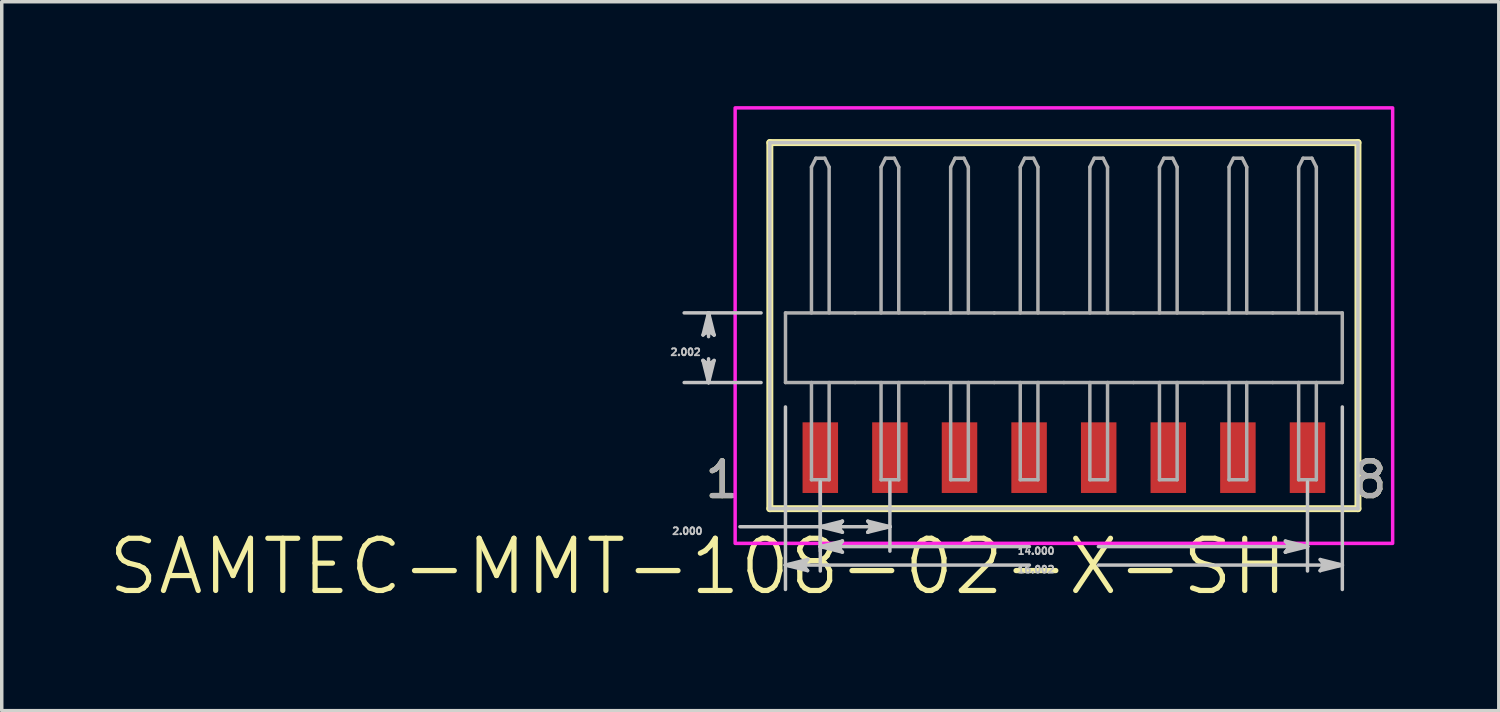
<source format=kicad_pcb>
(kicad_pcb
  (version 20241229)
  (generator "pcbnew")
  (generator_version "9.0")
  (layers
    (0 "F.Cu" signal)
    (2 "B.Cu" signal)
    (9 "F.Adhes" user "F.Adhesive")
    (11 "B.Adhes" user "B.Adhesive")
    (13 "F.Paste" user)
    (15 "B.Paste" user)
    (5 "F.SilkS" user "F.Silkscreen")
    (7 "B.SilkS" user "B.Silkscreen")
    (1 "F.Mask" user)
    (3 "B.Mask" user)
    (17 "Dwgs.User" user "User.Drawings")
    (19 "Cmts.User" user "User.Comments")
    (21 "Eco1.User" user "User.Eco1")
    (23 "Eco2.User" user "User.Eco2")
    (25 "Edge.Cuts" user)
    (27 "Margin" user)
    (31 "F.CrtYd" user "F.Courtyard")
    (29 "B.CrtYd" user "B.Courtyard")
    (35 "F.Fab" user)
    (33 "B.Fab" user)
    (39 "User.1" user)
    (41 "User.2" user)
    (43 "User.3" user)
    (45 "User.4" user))
  (footprint "SAMTEC-MMT-108-02-X-SH"
    (layer "F.Cu")
    (at 27.522 6.942)
    (property "Reference" "SAMTEC-MMT-108-02-X-SH" (at -10.518 6.289 0) (layer "F.SilkS") (effects (font (size 1.5 1.5) (thickness 0.15))))
    (attr smd)
    (fp_poly (pts (xy -7.561 2.093) (xy -6.439 2.093) (xy -6.439 4.225) (xy -7.561 4.225)) (stroke (width 0.01) (type solid)) (fill yes) (layer "F.Mask"))
    (fp_poly (pts (xy -5.561 2.093) (xy -4.439 2.093) (xy -4.439 4.225) (xy -5.561 4.225)) (stroke (width 0.01) (type solid)) (fill yes) (layer "F.Mask"))
    (fp_poly (pts (xy -3.561 2.093) (xy -2.439 2.093) (xy -2.439 4.225) (xy -3.561 4.225)) (stroke (width 0.01) (type solid)) (fill yes) (layer "F.Mask"))
    (fp_poly (pts (xy -1.561 2.093) (xy -0.439 2.093) (xy -0.439 4.225) (xy -1.561 4.225)) (stroke (width 0.01) (type solid)) (fill yes) (layer "F.Mask"))
    (fp_poly (pts (xy 0.439 2.093) (xy 1.561 2.093) (xy 1.561 4.225) (xy 0.439 4.225)) (stroke (width 0.01) (type solid)) (fill yes) (layer "F.Mask"))
    (fp_poly (pts (xy 2.439 2.093) (xy 3.561 2.093) (xy 3.561 4.225) (xy 2.439 4.225)) (stroke (width 0.01) (type solid)) (fill yes) (layer "F.Mask"))
    (fp_poly (pts (xy 4.439 2.093) (xy 5.561 2.093) (xy 5.561 4.225) (xy 4.439 4.225)) (stroke (width 0.01) (type solid)) (fill yes) (layer "F.Mask"))
    (fp_poly (pts (xy 6.439 2.093) (xy 7.561 2.093) (xy 7.561 4.225) (xy 6.439 4.225)) (stroke (width 0.01) (type solid)) (fill yes) (layer "F.Mask"))
    (fp_line (start -8.45 -5.895) (end -8.45 4.625) (stroke (width 0.2) (type solid)) (layer "F.SilkS"))
    (fp_line (start -8.45 4.625) (end 8.45 4.625) (stroke (width 0.2) (type solid)) (layer "F.SilkS"))
    (fp_line (start 8.45 -5.895) (end -8.45 -5.895) (stroke (width 0.2) (type solid)) (layer "F.SilkS"))
    (fp_line (start 8.45 4.625) (end 8.45 -5.895) (stroke (width 0.2) (type solid)) (layer "F.SilkS"))
    (fp_poly (pts (xy -7.51 2.144) (xy -6.49 2.144) (xy -6.49 4.174) (xy -7.51 4.174)) (stroke (width 0.01) (type solid)) (fill yes) (layer "F.Paste"))
    (fp_poly (pts (xy -5.51 2.144) (xy -4.49 2.144) (xy -4.49 4.174) (xy -5.51 4.174)) (stroke (width 0.01) (type solid)) (fill yes) (layer "F.Paste"))
    (fp_poly (pts (xy -3.51 2.144) (xy -2.49 2.144) (xy -2.49 4.174) (xy -3.51 4.174)) (stroke (width 0.01) (type solid)) (fill yes) (layer "F.Paste"))
    (fp_poly (pts (xy -1.51 2.144) (xy -0.49 2.144) (xy -0.49 4.174) (xy -1.51 4.174)) (stroke (width 0.01) (type solid)) (fill yes) (layer "F.Paste"))
    (fp_poly (pts (xy 0.49 2.144) (xy 1.51 2.144) (xy 1.51 4.174) (xy 0.49 4.174)) (stroke (width 0.01) (type solid)) (fill yes) (layer "F.Paste"))
    (fp_poly (pts (xy 2.49 2.144) (xy 3.51 2.144) (xy 3.51 4.174) (xy 2.49 4.174)) (stroke (width 0.01) (type solid)) (fill yes) (layer "F.Paste"))
    (fp_poly (pts (xy 4.49 2.144) (xy 5.51 2.144) (xy 5.51 4.174) (xy 4.49 4.174)) (stroke (width 0.01) (type solid)) (fill yes) (layer "F.Paste"))
    (fp_poly (pts (xy 6.49 2.144) (xy 7.51 2.144) (xy 7.51 4.174) (xy 6.49 4.174)) (stroke (width 0.01) (type solid)) (fill yes) (layer "F.Paste"))
    (fp_line (start -10.37 -0.366) (end -10.211 -0.493) (stroke (width 0.1) (type solid)) (layer "Dwgs.User"))
    (fp_line (start -10.37 0.366) (end -10.211 1.001) (stroke (width 0.1) (type solid)) (layer "Dwgs.User"))
    (fp_line (start -10.29 -0.429) (end -10.211 -0.493) (stroke (width 0.1) (type solid)) (layer "Dwgs.User"))
    (fp_line (start -10.29 0.429) (end -10.37 0.366) (stroke (width 0.1) (type solid)) (layer "Dwgs.User"))
    (fp_line (start -10.211 -1.001) (end -10.37 -0.366) (stroke (width 0.1) (type solid)) (layer "Dwgs.User"))
    (fp_line (start -10.211 -1.001) (end -10.29 -0.429) (stroke (width 0.1) (type solid)) (layer "Dwgs.User"))
    (fp_line (start -10.211 -1.001) (end -10.131 -0.429) (stroke (width 0.1) (type solid)) (layer "Dwgs.User"))
    (fp_line (start -10.211 -0.493) (end -10.211 -1.001) (stroke (width 0.1) (type solid)) (layer "Dwgs.User"))
    (fp_line (start -10.211 -0.493) (end -10.052 -0.366) (stroke (width 0.1) (type solid)) (layer "Dwgs.User"))
    (fp_line (start -10.211 -0.318) (end -10.211 -1.001) (stroke (width 0.1) (type solid)) (layer "Dwgs.User"))
    (fp_line (start -10.211 0.318) (end -10.211 1.001) (stroke (width 0.1) (type solid)) (layer "Dwgs.User"))
    (fp_line (start -10.211 0.493) (end -10.37 0.366) (stroke (width 0.1) (type solid)) (layer "Dwgs.User"))
    (fp_line (start -10.211 0.493) (end -10.211 1.001) (stroke (width 0.1) (type solid)) (layer "Dwgs.User"))
    (fp_line (start -10.211 1.001) (end -10.29 0.429) (stroke (width 0.1) (type solid)) (layer "Dwgs.User"))
    (fp_line (start -10.211 1.001) (end -10.131 0.429) (stroke (width 0.1) (type solid)) (layer "Dwgs.User"))
    (fp_line (start -10.211 1.001) (end -10.052 0.366) (stroke (width 0.1) (type solid)) (layer "Dwgs.User"))
    (fp_line (start -10.131 -0.429) (end -10.052 -0.366) (stroke (width 0.1) (type solid)) (layer "Dwgs.User"))
    (fp_line (start -10.131 0.429) (end -10.211 0.493) (stroke (width 0.1) (type solid)) (layer "Dwgs.User"))
    (fp_line (start -10.052 -0.366) (end -10.211 -1.001) (stroke (width 0.1) (type solid)) (layer "Dwgs.User"))
    (fp_line (start -10.052 0.366) (end -10.211 0.493) (stroke (width 0.1) (type solid)) (layer "Dwgs.User"))
    (fp_line (start -9.309 5.144) (end -7 5.144) (stroke (width 0.1) (type solid)) (layer "Dwgs.User"))
    (fp_line (start -8.702 -1.001) (end -10.912 -1.001) (stroke (width 0.1) (type solid)) (layer "Dwgs.User"))
    (fp_line (start -8.702 1.001) (end -10.912 1.001) (stroke (width 0.1) (type solid)) (layer "Dwgs.User"))
    (fp_line (start -8.45 -5.895) (end -8.45 4.625) (stroke (width 0.1) (type solid)) (layer "Dwgs.User"))
    (fp_line (start -8.45 4.625) (end 8.45 4.625) (stroke (width 0.1) (type solid)) (layer "Dwgs.User"))
    (fp_line (start -8.001 1.702) (end -8.001 6.947) (stroke (width 0.1) (type solid)) (layer "Dwgs.User"))
    (fp_line (start -8.001 6.246) (end -7.43 6.166) (stroke (width 0.1) (type solid)) (layer "Dwgs.User"))
    (fp_line (start -8.001 6.246) (end -7.43 6.325) (stroke (width 0.1) (type solid)) (layer "Dwgs.User"))
    (fp_line (start -8.001 6.246) (end -7.366 6.405) (stroke (width 0.1) (type solid)) (layer "Dwgs.User"))
    (fp_line (start -7.493 6.246) (end -8.001 6.246) (stroke (width 0.1) (type solid)) (layer "Dwgs.User"))
    (fp_line (start -7.493 6.246) (end -7.366 6.087) (stroke (width 0.1) (type solid)) (layer "Dwgs.User"))
    (fp_line (start -7.43 6.166) (end -7.366 6.087) (stroke (width 0.1) (type solid)) (layer "Dwgs.User"))
    (fp_line (start -7.43 6.325) (end -7.493 6.246) (stroke (width 0.1) (type solid)) (layer "Dwgs.User"))
    (fp_line (start -7.366 6.087) (end -8.001 6.246) (stroke (width 0.1) (type solid)) (layer "Dwgs.User"))
    (fp_line (start -7.366 6.405) (end -7.493 6.246) (stroke (width 0.1) (type solid)) (layer "Dwgs.User"))
    (fp_line (start -7 3.86) (end -7 5.845) (stroke (width 0.1) (type solid)) (layer "Dwgs.User"))
    (fp_line (start -7 3.86) (end -7 6.416) (stroke (width 0.1) (type solid)) (layer "Dwgs.User"))
    (fp_line (start -7 5.144) (end -6.428 5.064) (stroke (width 0.1) (type solid)) (layer "Dwgs.User"))
    (fp_line (start -7 5.144) (end -6.428 5.223) (stroke (width 0.1) (type solid)) (layer "Dwgs.User"))
    (fp_line (start -7 5.144) (end -6.365 5.302) (stroke (width 0.1) (type solid)) (layer "Dwgs.User"))
    (fp_line (start -7 5.144) (end -5 5.144) (stroke (width 0.1) (type solid)) (layer "Dwgs.User"))
    (fp_line (start -7 5.715) (end -6.428 5.636) (stroke (width 0.1) (type solid)) (layer "Dwgs.User"))
    (fp_line (start -7 5.715) (end -6.428 5.794) (stroke (width 0.1) (type solid)) (layer "Dwgs.User"))
    (fp_line (start -7 5.715) (end -6.365 5.874) (stroke (width 0.1) (type solid)) (layer "Dwgs.User"))
    (fp_line (start -6.492 5.144) (end -7 5.144) (stroke (width 0.1) (type solid)) (layer "Dwgs.User"))
    (fp_line (start -6.492 5.144) (end -6.365 4.985) (stroke (width 0.1) (type solid)) (layer "Dwgs.User"))
    (fp_line (start -6.492 5.715) (end -7 5.715) (stroke (width 0.1) (type solid)) (layer "Dwgs.User"))
    (fp_line (start -6.492 5.715) (end -6.365 5.556) (stroke (width 0.1) (type solid)) (layer "Dwgs.User"))
    (fp_line (start -6.428 5.064) (end -6.365 4.985) (stroke (width 0.1) (type solid)) (layer "Dwgs.User"))
    (fp_line (start -6.428 5.223) (end -6.492 5.144) (stroke (width 0.1) (type solid)) (layer "Dwgs.User"))
    (fp_line (start -6.428 5.636) (end -6.365 5.556) (stroke (width 0.1) (type solid)) (layer "Dwgs.User"))
    (fp_line (start -6.428 5.794) (end -6.492 5.715) (stroke (width 0.1) (type solid)) (layer "Dwgs.User"))
    (fp_line (start -6.365 4.985) (end -7 5.144) (stroke (width 0.1) (type solid)) (layer "Dwgs.User"))
    (fp_line (start -6.365 5.302) (end -6.492 5.144) (stroke (width 0.1) (type solid)) (layer "Dwgs.User"))
    (fp_line (start -6.365 5.556) (end -7 5.715) (stroke (width 0.1) (type solid)) (layer "Dwgs.User"))
    (fp_line (start -6.365 5.874) (end -6.492 5.715) (stroke (width 0.1) (type solid)) (layer "Dwgs.User"))
    (fp_line (start -5.635 4.985) (end -5.508 5.144) (stroke (width 0.1) (type solid)) (layer "Dwgs.User"))
    (fp_line (start -5.635 5.302) (end -5 5.144) (stroke (width 0.1) (type solid)) (layer "Dwgs.User"))
    (fp_line (start -5.571 5.064) (end -5.508 5.144) (stroke (width 0.1) (type solid)) (layer "Dwgs.User"))
    (fp_line (start -5.571 5.223) (end -5.635 5.302) (stroke (width 0.1) (type solid)) (layer "Dwgs.User"))
    (fp_line (start -5.508 5.144) (end -5.635 5.302) (stroke (width 0.1) (type solid)) (layer "Dwgs.User"))
    (fp_line (start -5.508 5.144) (end -5 5.144) (stroke (width 0.1) (type solid)) (layer "Dwgs.User"))
    (fp_line (start -5 3.86) (end -5 5.845) (stroke (width 0.1) (type solid)) (layer "Dwgs.User"))
    (fp_line (start -5 5.144) (end -5.635 4.985) (stroke (width 0.1) (type solid)) (layer "Dwgs.User"))
    (fp_line (start -5 5.144) (end -5.571 5.064) (stroke (width 0.1) (type solid)) (layer "Dwgs.User"))
    (fp_line (start -5 5.144) (end -5.571 5.223) (stroke (width 0.1) (type solid)) (layer "Dwgs.User"))
    (fp_line (start -0.991 5.715) (end -7 5.715) (stroke (width 0.1) (type solid)) (layer "Dwgs.User"))
    (fp_line (start -0.991 6.246) (end -8.001 6.246) (stroke (width 0.1) (type solid)) (layer "Dwgs.User"))
    (fp_line (start 0.991 5.715) (end 7 5.715) (stroke (width 0.1) (type solid)) (layer "Dwgs.User"))
    (fp_line (start 0.991 6.246) (end 8.001 6.246) (stroke (width 0.1) (type solid)) (layer "Dwgs.User"))
    (fp_line (start 6.365 5.556) (end 6.492 5.715) (stroke (width 0.1) (type solid)) (layer "Dwgs.User"))
    (fp_line (start 6.365 5.874) (end 7 5.715) (stroke (width 0.1) (type solid)) (layer "Dwgs.User"))
    (fp_line (start 6.428 5.636) (end 6.492 5.715) (stroke (width 0.1) (type solid)) (layer "Dwgs.User"))
    (fp_line (start 6.428 5.794) (end 6.365 5.874) (stroke (width 0.1) (type solid)) (layer "Dwgs.User"))
    (fp_line (start 6.492 5.715) (end 6.365 5.874) (stroke (width 0.1) (type solid)) (layer "Dwgs.User"))
    (fp_line (start 6.492 5.715) (end 7 5.715) (stroke (width 0.1) (type solid)) (layer "Dwgs.User"))
    (fp_line (start 7 3.86) (end 7 6.416) (stroke (width 0.1) (type solid)) (layer "Dwgs.User"))
    (fp_line (start 7 5.715) (end 6.365 5.556) (stroke (width 0.1) (type solid)) (layer "Dwgs.User"))
    (fp_line (start 7 5.715) (end 6.428 5.636) (stroke (width 0.1) (type solid)) (layer "Dwgs.User"))
    (fp_line (start 7 5.715) (end 6.428 5.794) (stroke (width 0.1) (type solid)) (layer "Dwgs.User"))
    (fp_line (start 7.366 6.087) (end 7.493 6.246) (stroke (width 0.1) (type solid)) (layer "Dwgs.User"))
    (fp_line (start 7.366 6.405) (end 8.001 6.246) (stroke (width 0.1) (type solid)) (layer "Dwgs.User"))
    (fp_line (start 7.43 6.166) (end 7.493 6.246) (stroke (width 0.1) (type solid)) (layer "Dwgs.User"))
    (fp_line (start 7.43 6.325) (end 7.366 6.405) (stroke (width 0.1) (type solid)) (layer "Dwgs.User"))
    (fp_line (start 7.493 6.246) (end 7.366 6.405) (stroke (width 0.1) (type solid)) (layer "Dwgs.User"))
    (fp_line (start 7.493 6.246) (end 8.001 6.246) (stroke (width 0.1) (type solid)) (layer "Dwgs.User"))
    (fp_line (start 8.001 1.702) (end 8.001 6.947) (stroke (width 0.1) (type solid)) (layer "Dwgs.User"))
    (fp_line (start 8.001 6.246) (end 7.366 6.087) (stroke (width 0.1) (type solid)) (layer "Dwgs.User"))
    (fp_line (start 8.001 6.246) (end 7.43 6.166) (stroke (width 0.1) (type solid)) (layer "Dwgs.User"))
    (fp_line (start 8.001 6.246) (end 7.43 6.325) (stroke (width 0.1) (type solid)) (layer "Dwgs.User"))
    (fp_line (start 8.45 -5.895) (end -8.45 -5.895) (stroke (width 0.1) (type solid)) (layer "Dwgs.User"))
    (fp_line (start 8.45 4.625) (end 8.45 -5.895) (stroke (width 0.1) (type solid)) (layer "Dwgs.User"))
    (fp_poly (pts (xy 9.447 -6.892) (xy -9.447 -6.892) (xy -9.447 5.622) (xy 9.447 5.622) (xy 9.447 -6.892)) (stroke (width 0.1) (type solid)) (fill no) (layer "F.CrtYd"))
    (fp_line (start -8 1) (end -8 -1) (stroke (width 0.1) (type solid)) (layer "F.Fab"))
    (fp_line (start -7.254 -5.191) (end -7.254 -1) (stroke (width 0.1) (type solid)) (layer "F.Fab"))
    (fp_line (start -7.254 -5.191) (end -7.127 -5.445) (stroke (width 0.1) (type solid)) (layer "F.Fab"))
    (fp_line (start -7.254 3.794) (end -7.254 1) (stroke (width 0.1) (type solid)) (layer "F.Fab"))
    (fp_line (start -7.127 -5.445) (end -6.873 -5.445) (stroke (width 0.1) (type solid)) (layer "F.Fab"))
    (fp_line (start -6.873 -5.445) (end -6.746 -5.191) (stroke (width 0.1) (type solid)) (layer "F.Fab"))
    (fp_line (start -6.746 -5.191) (end -6.746 -1) (stroke (width 0.1) (type solid)) (layer "F.Fab"))
    (fp_line (start -6.746 3.794) (end -7.254 3.794) (stroke (width 0.1) (type solid)) (layer "F.Fab"))
    (fp_line (start -6.746 3.794) (end -6.746 1) (stroke (width 0.1) (type solid)) (layer "F.Fab"))
    (fp_line (start -6 -1) (end -8 -1) (stroke (width 0.1) (type solid)) (layer "F.Fab"))
    (fp_line (start -6 1) (end -8 1) (stroke (width 0.1) (type solid)) (layer "F.Fab"))
    (fp_line (start -5.254 -5.191) (end -5.127 -5.445) (stroke (width 0.1) (type solid)) (layer "F.Fab"))
    (fp_line (start -5.254 -1) (end -5.254 -5.191) (stroke (width 0.1) (type solid)) (layer "F.Fab"))
    (fp_line (start -5.254 3.794) (end -5.254 1) (stroke (width 0.1) (type solid)) (layer "F.Fab"))
    (fp_line (start -5.127 -5.445) (end -4.873 -5.445) (stroke (width 0.1) (type solid)) (layer "F.Fab"))
    (fp_line (start -4.873 -5.445) (end -4.746 -5.191) (stroke (width 0.1) (type solid)) (layer "F.Fab"))
    (fp_line (start -4.746 -5.191) (end -4.746 -1) (stroke (width 0.1) (type solid)) (layer "F.Fab"))
    (fp_line (start -4.746 3.794) (end -5.254 3.794) (stroke (width 0.1) (type solid)) (layer "F.Fab"))
    (fp_line (start -4.746 3.794) (end -4.746 1) (stroke (width 0.1) (type solid)) (layer "F.Fab"))
    (fp_line (start -4 -1) (end -6 -1) (stroke (width 0.1) (type solid)) (layer "F.Fab"))
    (fp_line (start -4 1) (end -6 1) (stroke (width 0.1) (type solid)) (layer "F.Fab"))
    (fp_line (start -3.254 -5.191) (end -3.127 -5.445) (stroke (width 0.1) (type solid)) (layer "F.Fab"))
    (fp_line (start -3.254 -1) (end -3.254 -5.191) (stroke (width 0.1) (type solid)) (layer "F.Fab"))
    (fp_line (start -3.254 3.794) (end -3.254 1) (stroke (width 0.1) (type solid)) (layer "F.Fab"))
    (fp_line (start -3.127 -5.445) (end -2.873 -5.445) (stroke (width 0.1) (type solid)) (layer "F.Fab"))
    (fp_line (start -2.873 -5.445) (end -2.746 -5.191) (stroke (width 0.1) (type solid)) (layer "F.Fab"))
    (fp_line (start -2.746 -5.191) (end -2.746 -1) (stroke (width 0.1) (type solid)) (layer "F.Fab"))
    (fp_line (start -2.746 3.794) (end -3.254 3.794) (stroke (width 0.1) (type solid)) (layer "F.Fab"))
    (fp_line (start -2.746 3.794) (end -2.746 1) (stroke (width 0.1) (type solid)) (layer "F.Fab"))
    (fp_line (start -2 -1) (end -4 -1) (stroke (width 0.1) (type solid)) (layer "F.Fab"))
    (fp_line (start -2 1) (end -4 1) (stroke (width 0.1) (type solid)) (layer "F.Fab"))
    (fp_line (start -1.254 -5.191) (end -1.127 -5.445) (stroke (width 0.1) (type solid)) (layer "F.Fab"))
    (fp_line (start -1.254 -1) (end -1.254 -5.191) (stroke (width 0.1) (type solid)) (layer "F.Fab"))
    (fp_line (start -1.254 3.794) (end -1.254 1) (stroke (width 0.1) (type solid)) (layer "F.Fab"))
    (fp_line (start -1.127 -5.445) (end -0.873 -5.445) (stroke (width 0.1) (type solid)) (layer "F.Fab"))
    (fp_line (start -0.873 -5.445) (end -0.746 -5.191) (stroke (width 0.1) (type solid)) (layer "F.Fab"))
    (fp_line (start -0.746 -5.191) (end -0.746 -1) (stroke (width 0.1) (type solid)) (layer "F.Fab"))
    (fp_line (start -0.746 3.794) (end -1.254 3.794) (stroke (width 0.1) (type solid)) (layer "F.Fab"))
    (fp_line (start -0.746 3.794) (end -0.746 1) (stroke (width 0.1) (type solid)) (layer "F.Fab"))
    (fp_line (start 0 -1) (end -2 -1) (stroke (width 0.1) (type solid)) (layer "F.Fab"))
    (fp_line (start 0 1) (end -2 1) (stroke (width 0.1) (type solid)) (layer "F.Fab"))
    (fp_line (start 0.746 -5.191) (end 0.873 -5.445) (stroke (width 0.1) (type solid)) (layer "F.Fab"))
    (fp_line (start 0.746 -1) (end 0.746 -5.191) (stroke (width 0.1) (type solid)) (layer "F.Fab"))
    (fp_line (start 0.746 3.794) (end 0.746 1) (stroke (width 0.1) (type solid)) (layer "F.Fab"))
    (fp_line (start 0.873 -5.445) (end 1.127 -5.445) (stroke (width 0.1) (type solid)) (layer "F.Fab"))
    (fp_line (start 1.127 -5.445) (end 1.254 -5.191) (stroke (width 0.1) (type solid)) (layer "F.Fab"))
    (fp_line (start 1.254 -5.191) (end 1.254 -1) (stroke (width 0.1) (type solid)) (layer "F.Fab"))
    (fp_line (start 1.254 3.794) (end 0.746 3.794) (stroke (width 0.1) (type solid)) (layer "F.Fab"))
    (fp_line (start 1.254 3.794) (end 1.254 1) (stroke (width 0.1) (type solid)) (layer "F.Fab"))
    (fp_line (start 2 -1) (end 0 -1) (stroke (width 0.1) (type solid)) (layer "F.Fab"))
    (fp_line (start 2 1) (end 0 1) (stroke (width 0.1) (type solid)) (layer "F.Fab"))
    (fp_line (start 2.746 -5.191) (end 2.873 -5.445) (stroke (width 0.1) (type solid)) (layer "F.Fab"))
    (fp_line (start 2.746 -1) (end 2.746 -5.191) (stroke (width 0.1) (type solid)) (layer "F.Fab"))
    (fp_line (start 2.746 3.794) (end 2.746 1) (stroke (width 0.1) (type solid)) (layer "F.Fab"))
    (fp_line (start 2.873 -5.445) (end 3.127 -5.445) (stroke (width 0.1) (type solid)) (layer "F.Fab"))
    (fp_line (start 3.127 -5.445) (end 3.254 -5.191) (stroke (width 0.1) (type solid)) (layer "F.Fab"))
    (fp_line (start 3.254 -5.191) (end 3.254 -1) (stroke (width 0.1) (type solid)) (layer "F.Fab"))
    (fp_line (start 3.254 3.794) (end 2.746 3.794) (stroke (width 0.1) (type solid)) (layer "F.Fab"))
    (fp_line (start 3.254 3.794) (end 3.254 1) (stroke (width 0.1) (type solid)) (layer "F.Fab"))
    (fp_line (start 4 -1) (end 2 -1) (stroke (width 0.1) (type solid)) (layer "F.Fab"))
    (fp_line (start 4 1) (end 2 1) (stroke (width 0.1) (type solid)) (layer "F.Fab"))
    (fp_line (start 4.746 -5.191) (end 4.873 -5.445) (stroke (width 0.1) (type solid)) (layer "F.Fab"))
    (fp_line (start 4.746 -1) (end 4.746 -5.191) (stroke (width 0.1) (type solid)) (layer "F.Fab"))
    (fp_line (start 4.746 3.794) (end 4.746 1) (stroke (width 0.1) (type solid)) (layer "F.Fab"))
    (fp_line (start 4.873 -5.445) (end 5.127 -5.445) (stroke (width 0.1) (type solid)) (layer "F.Fab"))
    (fp_line (start 5.127 -5.445) (end 5.254 -5.191) (stroke (width 0.1) (type solid)) (layer "F.Fab"))
    (fp_line (start 5.254 -5.191) (end 5.254 -1) (stroke (width 0.1) (type solid)) (layer "F.Fab"))
    (fp_line (start 5.254 3.794) (end 4.746 3.794) (stroke (width 0.1) (type solid)) (layer "F.Fab"))
    (fp_line (start 5.254 3.794) (end 5.254 1) (stroke (width 0.1) (type solid)) (layer "F.Fab"))
    (fp_line (start 6 -1) (end 4 -1) (stroke (width 0.1) (type solid)) (layer "F.Fab"))
    (fp_line (start 6 1) (end 4 1) (stroke (width 0.1) (type solid)) (layer "F.Fab"))
    (fp_line (start 6 1) (end 8 1) (stroke (width 0.1) (type solid)) (layer "F.Fab"))
    (fp_line (start 6.746 -5.191) (end 6.873 -5.445) (stroke (width 0.1) (type solid)) (layer "F.Fab"))
    (fp_line (start 6.746 -1) (end 6.746 -5.191) (stroke (width 0.1) (type solid)) (layer "F.Fab"))
    (fp_line (start 6.746 3.794) (end 6.746 1) (stroke (width 0.1) (type solid)) (layer "F.Fab"))
    (fp_line (start 6.873 -5.445) (end 7.127 -5.445) (stroke (width 0.1) (type solid)) (layer "F.Fab"))
    (fp_line (start 7.127 -5.445) (end 7.254 -5.191) (stroke (width 0.1) (type solid)) (layer "F.Fab"))
    (fp_line (start 7.254 -5.191) (end 7.254 -1) (stroke (width 0.1) (type solid)) (layer "F.Fab"))
    (fp_line (start 7.254 3.794) (end 6.746 3.794) (stroke (width 0.1) (type solid)) (layer "F.Fab"))
    (fp_line (start 7.254 3.794) (end 7.254 1) (stroke (width 0.1) (type solid)) (layer "F.Fab"))
    (fp_line (start 8 -1) (end 6 -1) (stroke (width 0.1) (type solid)) (layer "F.Fab"))
    (fp_line (start 8 1) (end 8 -1) (stroke (width 0.1) (type solid)) (layer "F.Fab"))
    (fp_text user "1" (at -9.82 3.794 0) (layer "F.SilkS") (effects (font (size 1 1) (thickness 0.15))))
    (fp_text user "8" (at 8.791 3.794 0) (layer "F.SilkS") (effects (font (size 1 1) (thickness 0.15))))
    (fp_text user "2.002" (at -10.871 0.127 0) (layer "Dwgs.User") (effects (font (size 0.2 0.2) (thickness 0.15))))
    (fp_text user "14.000" (at -0.8 5.842 0) (layer "Dwgs.User") (effects (font (size 0.2 0.2) (thickness 0.15))))
    (fp_text user "16.002" (at -0.8 6.373 0) (layer "Dwgs.User") (effects (font (size 0.2 0.2) (thickness 0.15))))
    (fp_text user "2.000" (at -10.82 5.27 0) (layer "Dwgs.User") (effects (font (size 0.2 0.2) (thickness 0.15))))
    (fp_text user "8" (at 8.791 3.794 0) (layer "F.Fab") (effects (font (size 1 1) (thickness 0.15))))
    (fp_text user "1" (at -9.82 3.794 0) (layer "F.Fab") (effects (font (size 1 1) (thickness 0.15))))
    (pad "1" smd rect (at -7 3.159) (size 1.02 2.03) (layers "F.Cu" "F.Paste"))
    (pad "2" smd rect (at -5 3.159) (size 1.02 2.03) (layers "F.Cu" "F.Paste"))
    (pad "3" smd rect (at -3 3.159) (size 1.02 2.03) (layers "F.Cu" "F.Paste"))
    (pad "4" smd rect (at -1 3.159) (size 1.02 2.03) (layers "F.Cu" "F.Paste"))
    (pad "5" smd rect (at 1 3.159) (size 1.02 2.03) (layers "F.Cu" "F.Paste"))
    (pad "6" smd rect (at 3 3.159) (size 1.02 2.03) (layers "F.Cu" "F.Paste"))
    (pad "7" smd rect (at 5 3.159) (size 1.02 2.03) (layers "F.Cu" "F.Paste"))
    (pad "8" smd rect (at 7 3.159) (size 1.02 2.03) (layers "F.Cu" "F.Paste")))
  (gr_rect
    (start -3 -3)
    (end 40.019 17.371)
    (stroke (width 0.1) (type default))
    (fill no)
    (layer "Edge.Cuts")))
</source>
